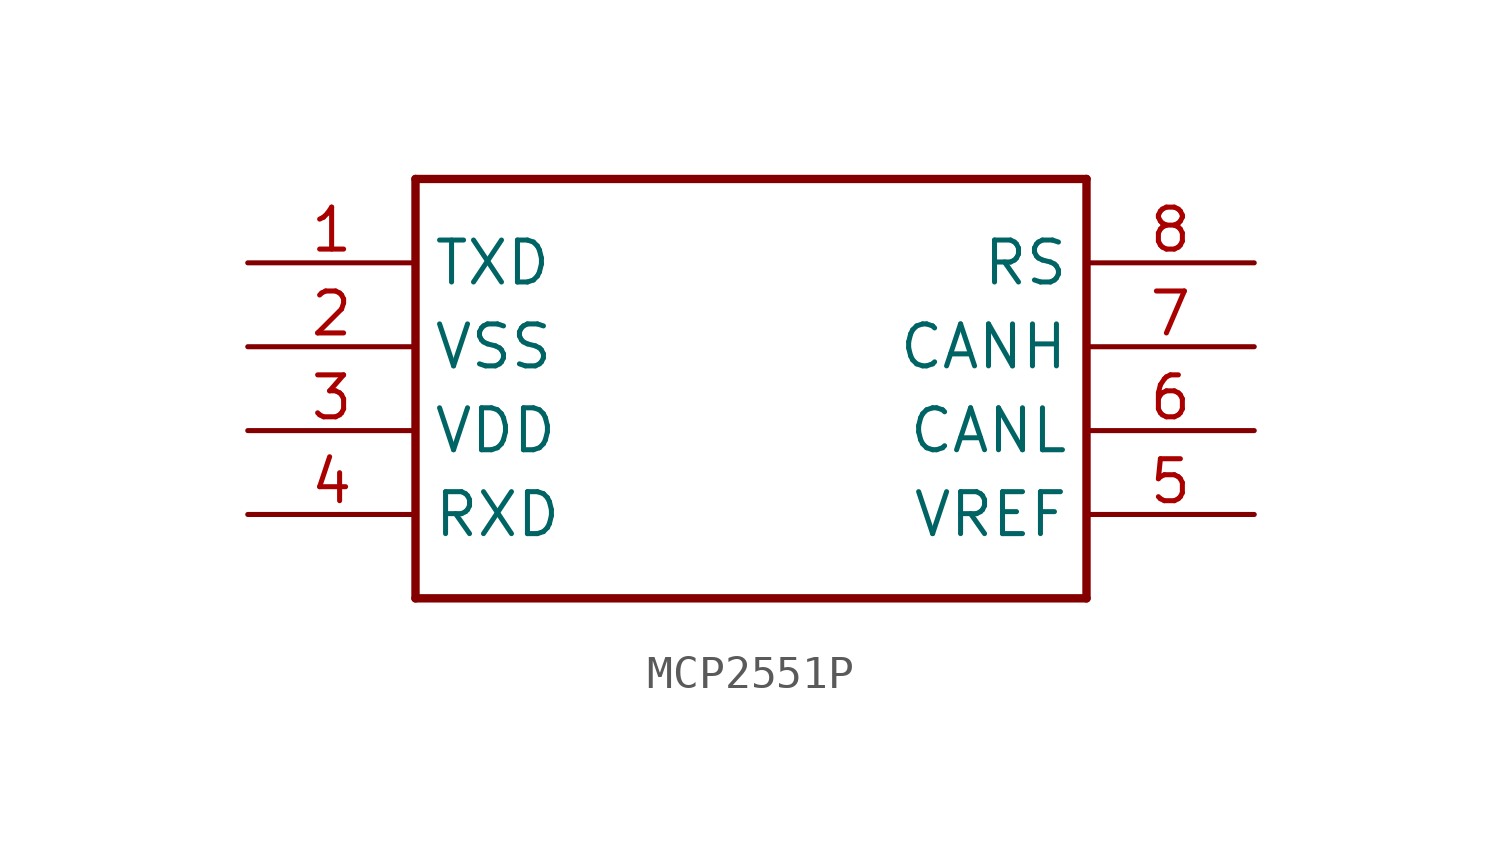
<source format=kicad_sym>
(kicad_symbol_lib
  (version 20211014)
  (generator kicad_symbol_editor)
  (symbol "MCP2551P"
    (property "Reference" "U"
      (at 0 0 0)
      (effects (font (size 1.27 1.27)) hide))
    (property "ki_locked" ""
      (at 0 0 0)
      (effects (font (size 1.27 1.27))))
    (symbol "MCP2551P_1_0"
      (polyline (pts (xy -5.08 -2.54) (xy 15.24 -2.54)) (stroke (width 0.254) (type default) (color 0 0 0 0)) (fill (type none)))
      (polyline (pts (xy -5.08 10.16) (xy -5.08 -2.54)) (stroke (width 0.254) (type default) (color 0 0 0 0)) (fill (type none)))
      (polyline (pts (xy 15.24 -2.54) (xy 15.24 10.16)) (stroke (width 0.254) (type default) (color 0 0 0 0)) (fill (type none)))
      (polyline (pts (xy 15.24 10.16) (xy -5.08 10.16)) (stroke (width 0.254) (type default) (color 0 0 0 0)) (fill (type none)))
      (pin bidirectional line (at -10.16 7.62 0) (length 5.08) (name "TXD" (effects (font (size 1.27 1.27)))) (number "1" (effects (font (size 1.27 1.27)))))
      (pin bidirectional line (at -10.16 5.08 0) (length 5.08) (name "VSS" (effects (font (size 1.27 1.27)))) (number "2" (effects (font (size 1.27 1.27)))))
      (pin bidirectional line (at -10.16 2.54 0) (length 5.08) (name "VDD" (effects (font (size 1.27 1.27)))) (number "3" (effects (font (size 1.27 1.27)))))
      (pin bidirectional line (at -10.16 0 0) (length 5.08) (name "RXD" (effects (font (size 1.27 1.27)))) (number "4" (effects (font (size 1.27 1.27)))))
      (pin bidirectional line (at 20.32 0 180) (length 5.08) (name "VREF" (effects (font (size 1.27 1.27)))) (number "5" (effects (font (size 1.27 1.27)))))
      (pin bidirectional line (at 20.32 2.54 180) (length 5.08) (name "CANL" (effects (font (size 1.27 1.27)))) (number "6" (effects (font (size 1.27 1.27)))))
      (pin bidirectional line (at 20.32 5.08 180) (length 5.08) (name "CANH" (effects (font (size 1.27 1.27)))) (number "7" (effects (font (size 1.27 1.27)))))
      (pin bidirectional line (at 20.32 7.62 180) (length 5.08) (name "RS" (effects (font (size 1.27 1.27)))) (number "8" (effects (font (size 1.27 1.27))))))))
</source>
